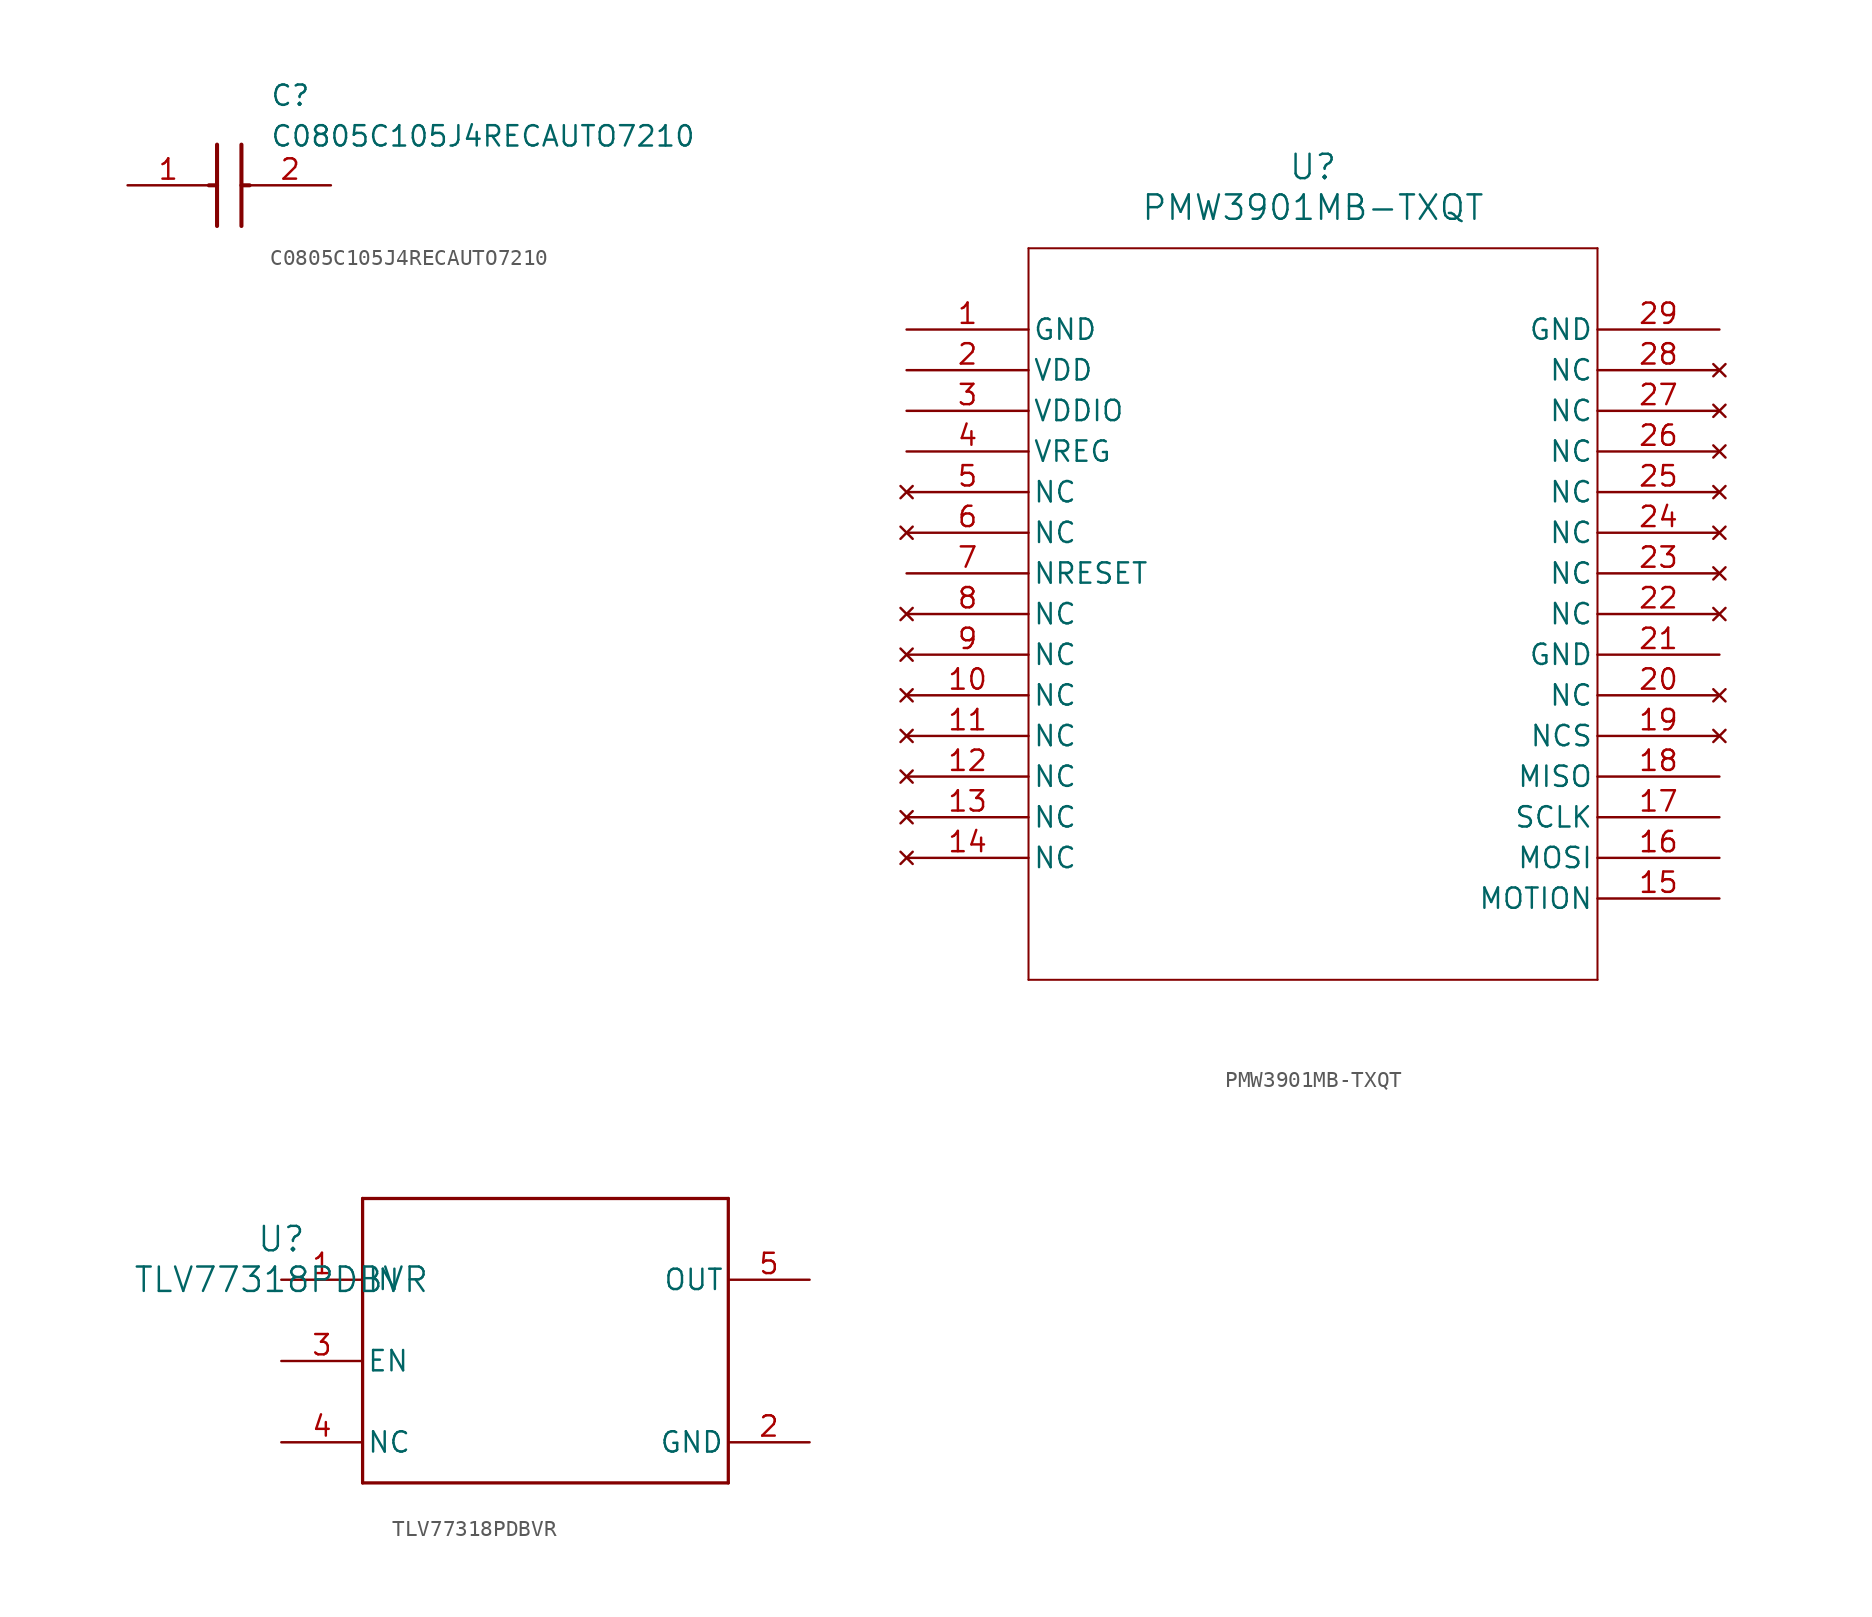
<source format=kicad_sym>
(kicad_symbol_lib
  (version 20241209)
  (generator "kicad_symbol_editor")
  (generator_version "9.0")
  (symbol "C0805C105J4RECAUTO7210"
    (pin_names
      (hide yes))
    (property "Reference" "C"
      (at 8.89 6.35 0)
      (effects (font (size 1.27 1.27)) (justify left top)))
    (property "Value" "C0805C105J4RECAUTO7210"
      (at 8.89 3.81 0)
      (effects (font (size 1.27 1.27)) (justify left top)))
    (symbol "C0805C105J4RECAUTO7210_1_1"
      (polyline (pts (xy 5.08 0) (xy 5.588 0)) (stroke (width 0.254) (type default)) (fill (type none)))
      (polyline (pts (xy 5.588 2.54) (xy 5.588 -2.54)) (stroke (width 0.254) (type default)) (fill (type none)))
      (polyline (pts (xy 7.112 2.54) (xy 7.112 -2.54)) (stroke (width 0.254) (type default)) (fill (type none)))
      (polyline (pts (xy 7.112 0) (xy 7.62 0)) (stroke (width 0.254) (type default)) (fill (type none)))
      (pin passive line (at 0 0 0) (length 5.08) (name "1" (effects (font (size 1.27 1.27)))) (number "1" (effects (font (size 1.27 1.27)))))
      (pin passive line (at 12.7 0 180) (length 5.08) (name "2" (effects (font (size 1.27 1.27)))) (number "2" (effects (font (size 1.27 1.27)))))))
  (symbol "PMW3901MB-TXQT"
    (pin_names
      (offset 0.254))
    (property "Reference" "U"
      (at 25.4 10.16 0)
      (effects (font (size 1.524 1.524))))
    (property "Value" "PMW3901MB-TXQT"
      (at 25.4 7.62 0)
      (effects (font (size 1.524 1.524))))
    (symbol "PMW3901MB-TXQT_0_1"
      (polyline (pts (xy 7.62 5.08) (xy 7.62 -40.64)) (stroke (width 0.127) (type default)) (fill (type none)))
      (polyline (pts (xy 7.62 -40.64) (xy 43.18 -40.64)) (stroke (width 0.127) (type default)) (fill (type none)))
      (polyline (pts (xy 43.18 5.08) (xy 7.62 5.08)) (stroke (width 0.127) (type default)) (fill (type none)))
      (polyline (pts (xy 43.18 -40.64) (xy 43.18 5.08)) (stroke (width 0.127) (type default)) (fill (type none)))
      (pin power_out line (at 0 0 0) (length 7.62) (name "GND" (effects (font (size 1.27 1.27)))) (number "1" (effects (font (size 1.27 1.27)))))
      (pin power_in line (at 0 -2.54 0) (length 7.62) (name "VDD" (effects (font (size 1.27 1.27)))) (number "2" (effects (font (size 1.27 1.27)))))
      (pin power_in line (at 0 -5.08 0) (length 7.62) (name "VDDIO" (effects (font (size 1.27 1.27)))) (number "3" (effects (font (size 1.27 1.27)))))
      (pin unspecified line (at 0 -7.62 0) (length 7.62) (name "VREG" (effects (font (size 1.27 1.27)))) (number "4" (effects (font (size 1.27 1.27)))))
      (pin no_connect line (at 0 -10.16 0) (length 7.62) (name "NC" (effects (font (size 1.27 1.27)))) (number "5" (effects (font (size 1.27 1.27)))))
      (pin no_connect line (at 0 -12.7 0) (length 7.62) (name "NC" (effects (font (size 1.27 1.27)))) (number "6" (effects (font (size 1.27 1.27)))))
      (pin unspecified line (at 0 -15.24 0) (length 7.62) (name "NRESET" (effects (font (size 1.27 1.27)))) (number "7" (effects (font (size 1.27 1.27)))))
      (pin no_connect line (at 0 -17.78 0) (length 7.62) (name "NC" (effects (font (size 1.27 1.27)))) (number "8" (effects (font (size 1.27 1.27)))))
      (pin no_connect line (at 0 -20.32 0) (length 7.62) (name "NC" (effects (font (size 1.27 1.27)))) (number "9" (effects (font (size 1.27 1.27)))))
      (pin no_connect line (at 0 -22.86 0) (length 7.62) (name "NC" (effects (font (size 1.27 1.27)))) (number "10" (effects (font (size 1.27 1.27)))))
      (pin no_connect line (at 0 -25.4 0) (length 7.62) (name "NC" (effects (font (size 1.27 1.27)))) (number "11" (effects (font (size 1.27 1.27)))))
      (pin no_connect line (at 0 -27.94 0) (length 7.62) (name "NC" (effects (font (size 1.27 1.27)))) (number "12" (effects (font (size 1.27 1.27)))))
      (pin no_connect line (at 0 -30.48 0) (length 7.62) (name "NC" (effects (font (size 1.27 1.27)))) (number "13" (effects (font (size 1.27 1.27)))))
      (pin no_connect line (at 0 -33.02 0) (length 7.62) (name "NC" (effects (font (size 1.27 1.27)))) (number "14" (effects (font (size 1.27 1.27)))))
      (pin power_out line (at 50.8 0 180) (length 7.62) (name "GND" (effects (font (size 1.27 1.27)))) (number "29" (effects (font (size 1.27 1.27)))))
      (pin no_connect line (at 50.8 -2.54 180) (length 7.62) (name "NC" (effects (font (size 1.27 1.27)))) (number "28" (effects (font (size 1.27 1.27)))))
      (pin no_connect line (at 50.8 -5.08 180) (length 7.62) (name "NC" (effects (font (size 1.27 1.27)))) (number "27" (effects (font (size 1.27 1.27)))))
      (pin no_connect line (at 50.8 -7.62 180) (length 7.62) (name "NC" (effects (font (size 1.27 1.27)))) (number "26" (effects (font (size 1.27 1.27)))))
      (pin no_connect line (at 50.8 -10.16 180) (length 7.62) (name "NC" (effects (font (size 1.27 1.27)))) (number "25" (effects (font (size 1.27 1.27)))))
      (pin no_connect line (at 50.8 -12.7 180) (length 7.62) (name "NC" (effects (font (size 1.27 1.27)))) (number "24" (effects (font (size 1.27 1.27)))))
      (pin no_connect line (at 50.8 -15.24 180) (length 7.62) (name "NC" (effects (font (size 1.27 1.27)))) (number "23" (effects (font (size 1.27 1.27)))))
      (pin no_connect line (at 50.8 -17.78 180) (length 7.62) (name "NC" (effects (font (size 1.27 1.27)))) (number "22" (effects (font (size 1.27 1.27)))))
      (pin power_out line (at 50.8 -20.32 180) (length 7.62) (name "GND" (effects (font (size 1.27 1.27)))) (number "21" (effects (font (size 1.27 1.27)))))
      (pin no_connect line (at 50.8 -22.86 180) (length 7.62) (name "NC" (effects (font (size 1.27 1.27)))) (number "20" (effects (font (size 1.27 1.27)))))
      (pin no_connect line (at 50.8 -25.4 180) (length 7.62) (name "NCS" (effects (font (size 1.27 1.27)))) (number "19" (effects (font (size 1.27 1.27)))))
      (pin unspecified line (at 50.8 -27.94 180) (length 7.62) (name "MISO" (effects (font (size 1.27 1.27)))) (number "18" (effects (font (size 1.27 1.27)))))
      (pin unspecified line (at 50.8 -30.48 180) (length 7.62) (name "SCLK" (effects (font (size 1.27 1.27)))) (number "17" (effects (font (size 1.27 1.27)))))
      (pin unspecified line (at 50.8 -33.02 180) (length 7.62) (name "MOSI" (effects (font (size 1.27 1.27)))) (number "16" (effects (font (size 1.27 1.27)))))
      (pin unspecified line (at 50.8 -35.56 180) (length 7.62) (name "MOTION" (effects (font (size 1.27 1.27)))) (number "15" (effects (font (size 1.27 1.27)))))))
  (symbol "TLV77318PDBVR"
    (pin_names
      (offset 0.254))
    (property "Reference" "U"
      (at 0 2.54 0)
      (effects (font (size 1.524 1.524))))
    (property "Value" "TLV77318PDBVR"
      (at 0 0 0)
      (effects (font (size 1.524 1.524))))
    (property "ki_locked" ""
      (at 0 0 0)
      (effects (font (size 1.27 1.27))))
    (symbol "TLV77318PDBVR_0_1"
      (polyline (pts (xy 5.08 5.08) (xy 5.08 -12.7)) (stroke (width 0.203) (type default)) (fill (type none)))
      (polyline (pts (xy 5.08 -12.7) (xy 27.94 -12.7)) (stroke (width 0.203) (type default)) (fill (type none)))
      (polyline (pts (xy 27.94 5.08) (xy 5.08 5.08)) (stroke (width 0.203) (type default)) (fill (type none)))
      (polyline (pts (xy 27.94 -12.7) (xy 27.94 5.08)) (stroke (width 0.203) (type default)) (fill (type none)))
      (pin power_in line (at 0 0 0) (length 5.08) (name "IN" (effects (font (size 1.27 1.27)))) (number "1" (effects (font (size 1.27 1.27)))))
      (pin input line (at 0 -5.08 0) (length 5.08) (name "EN" (effects (font (size 1.27 1.27)))) (number "3" (effects (font (size 1.27 1.27)))))
      (pin unspecified line (at 0 -10.16 0) (length 5.08) (name "NC" (effects (font (size 1.27 1.27)))) (number "4" (effects (font (size 1.27 1.27)))))
      (pin unspecified line (at 33.02 0 180) (length 5.08) (name "OUT" (effects (font (size 1.27 1.27)))) (number "5" (effects (font (size 1.27 1.27)))))
      (pin power_in line (at 33.02 -10.16 180) (length 5.08) (name "GND" (effects (font (size 1.27 1.27)))) (number "2" (effects (font (size 1.27 1.27))))))))
</source>
